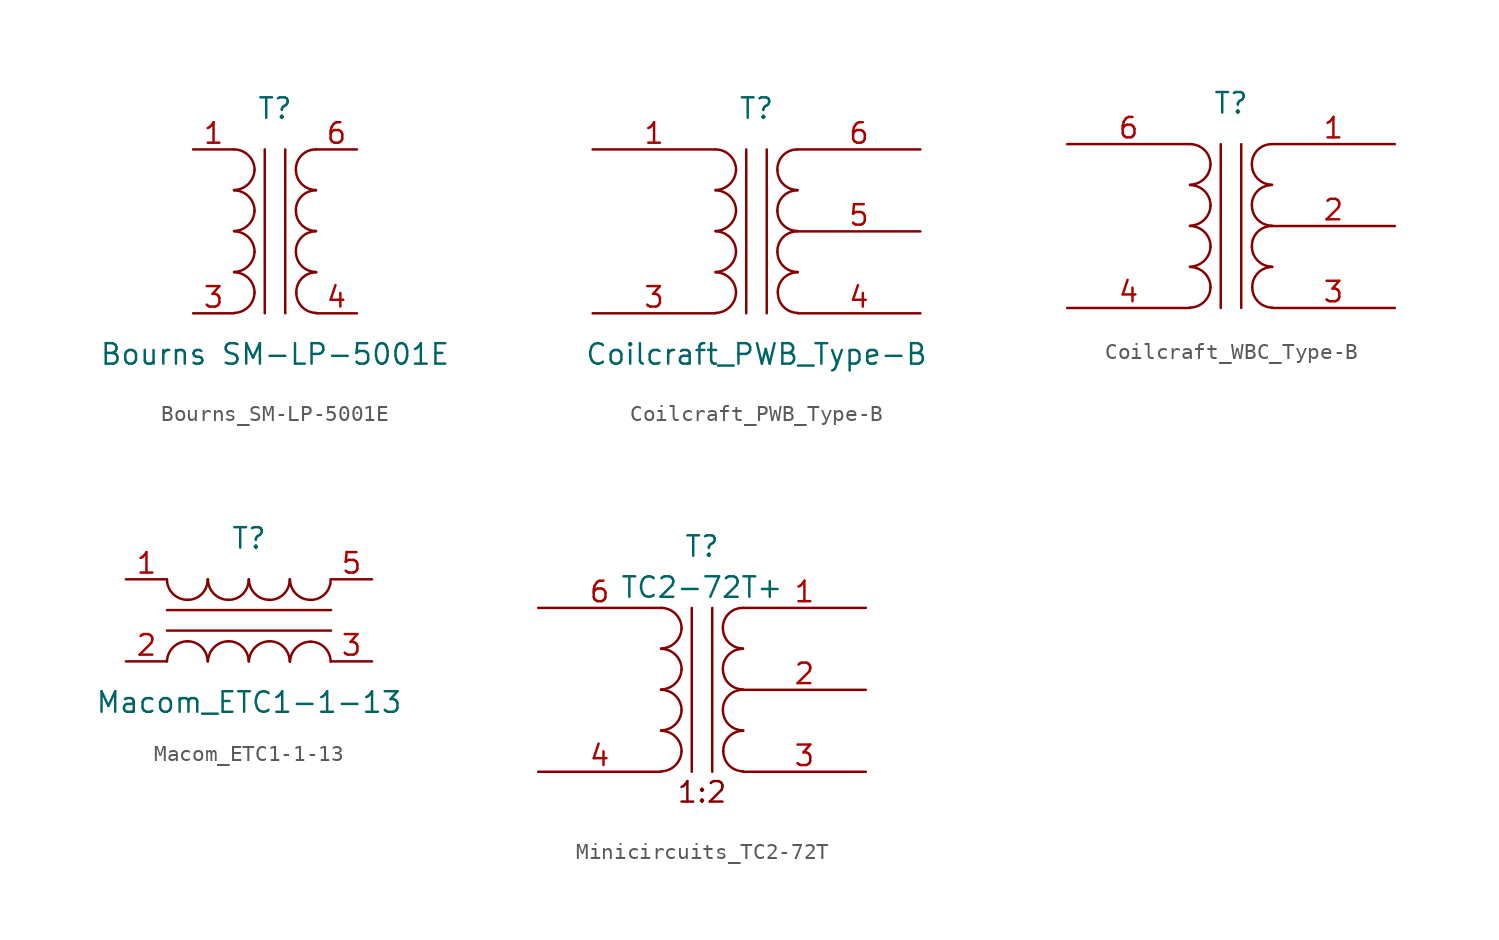
<source format=kicad_sym>
(kicad_symbol_lib
  (version 20220914)
  (generator kicad_symbol_editor)
  (symbol "Bourns_SM-LP-5001E"
    (property "Reference" "T"
      (at 0 7.62 0)
      (effects (font (size 1.27 1.27))))
    (property "Value" "Bourns SM-LP-5001E"
      (at 0 -7.62 0)
      (effects (font (size 1.27 1.27))))
    (symbol "Bourns_SM-LP-5001E_1_1"
      (arc (start -2.54 -5.0546) (mid -1.6599 -4.6901) (end -1.27 -3.81) (stroke (width 0) (type default)) (fill (type none)))
      (arc (start -2.54 -2.5146) (mid -1.6599 -2.1501) (end -1.27 -1.27) (stroke (width 0) (type default)) (fill (type none)))
      (arc (start -2.54 0.0254) (mid -1.6599 0.3899) (end -1.27 1.27) (stroke (width 0) (type default)) (fill (type none)))
      (arc (start -2.54 2.5654) (mid -1.6599 2.9299) (end -1.27 3.81) (stroke (width 0) (type default)) (fill (type none)))
      (arc (start -1.27 -3.81) (mid -1.642 -2.912) (end -2.54 -2.54) (stroke (width 0) (type default)) (fill (type none)))
      (arc (start -1.27 -1.27) (mid -1.642 -0.372) (end -2.54 0) (stroke (width 0) (type default)) (fill (type none)))
      (arc (start -1.27 1.27) (mid -1.642 2.168) (end -2.54 2.54) (stroke (width 0) (type default)) (fill (type none)))
      (arc (start -1.27 3.81) (mid -1.642 4.708) (end -2.54 5.08) (stroke (width 0) (type default)) (fill (type none)))
      (polyline (pts (xy -0.635 5.08) (xy -0.635 -5.08)) (stroke (width 0) (type default)) (fill (type none)))
      (polyline (pts (xy 0.635 -5.08) (xy 0.635 5.08)) (stroke (width 0) (type default)) (fill (type none)))
      (arc (start 1.2954 -1.27) (mid 1.6599 -2.1501) (end 2.54 -2.5146) (stroke (width 0) (type default)) (fill (type none)))
      (arc (start 1.2954 1.27) (mid 1.6599 0.3899) (end 2.54 0.0254) (stroke (width 0) (type default)) (fill (type none)))
      (arc (start 1.2954 3.81) (mid 1.6599 2.9299) (end 2.54 2.5654) (stroke (width 0) (type default)) (fill (type none)))
      (arc (start 1.3208 -3.81) (mid 1.6853 -4.6901) (end 2.5654 -5.0546) (stroke (width 0) (type default)) (fill (type none)))
      (arc (start 2.54 0) (mid 1.642 -0.372) (end 1.2954 -1.27) (stroke (width 0) (type default)) (fill (type none)))
      (arc (start 2.54 2.54) (mid 1.642 2.168) (end 1.2954 1.27) (stroke (width 0) (type default)) (fill (type none)))
      (arc (start 2.54 5.08) (mid 1.642 4.708) (end 1.2954 3.81) (stroke (width 0) (type default)) (fill (type none)))
      (arc (start 2.5654 -2.54) (mid 1.6674 -2.912) (end 1.3208 -3.81) (stroke (width 0) (type default)) (fill (type none)))
      (pin passive line (at -5.08 5.08 0) (length 2.54) (name "~" (effects (font (size 1.27 1.27)))) (number "1" (effects (font (size 1.27 1.27)))))
      (pin passive line (at -5.08 -5.08 0) (length 2.54) (name "~" (effects (font (size 1.27 1.27)))) (number "3" (effects (font (size 1.27 1.27)))))
      (pin passive line (at 5.08 -5.08 180) (length 2.54) (name "~" (effects (font (size 1.27 1.27)))) (number "4" (effects (font (size 1.27 1.27)))))
      (pin passive line (at 5.08 5.08 180) (length 2.54) (name "~" (effects (font (size 1.27 1.27)))) (number "6" (effects (font (size 1.27 1.27)))))))
  (symbol "Coilcraft_PWB_Type-B"
    (pin_names
      (offset 1.016))
    (property "Reference" "T"
      (at 0 7.62 0)
      (effects (font (size 1.27 1.27))))
    (property "Value" "Coilcraft_PWB_Type-B"
      (at 0 -7.62 0)
      (effects (font (size 1.27 1.27))))
    (symbol "Coilcraft_PWB_Type-B_1_1"
      (arc (start -2.54 -5.0546) (mid -1.6599 -4.6901) (end -1.27 -3.81) (stroke (width 0) (type default)) (fill (type none)))
      (arc (start -2.54 -2.5146) (mid -1.6599 -2.1501) (end -1.27 -1.27) (stroke (width 0) (type default)) (fill (type none)))
      (arc (start -2.54 0.0254) (mid -1.6599 0.3899) (end -1.27 1.27) (stroke (width 0) (type default)) (fill (type none)))
      (arc (start -2.54 2.5654) (mid -1.6599 2.9299) (end -1.27 3.81) (stroke (width 0) (type default)) (fill (type none)))
      (arc (start -1.27 -3.81) (mid -1.642 -2.912) (end -2.54 -2.54) (stroke (width 0) (type default)) (fill (type none)))
      (arc (start -1.27 -1.27) (mid -1.642 -0.372) (end -2.54 0) (stroke (width 0) (type default)) (fill (type none)))
      (arc (start -1.27 1.27) (mid -1.642 2.168) (end -2.54 2.54) (stroke (width 0) (type default)) (fill (type none)))
      (arc (start -1.27 3.81) (mid -1.642 4.708) (end -2.54 5.08) (stroke (width 0) (type default)) (fill (type none)))
      (polyline (pts (xy -0.635 5.08) (xy -0.635 -5.08)) (stroke (width 0) (type default)) (fill (type none)))
      (polyline (pts (xy 0.635 -5.08) (xy 0.635 5.08)) (stroke (width 0) (type default)) (fill (type none)))
      (arc (start 1.2954 -1.27) (mid 1.6599 -2.1501) (end 2.54 -2.5146) (stroke (width 0) (type default)) (fill (type none)))
      (arc (start 1.2954 1.27) (mid 1.6599 0.3899) (end 2.54 0.0254) (stroke (width 0) (type default)) (fill (type none)))
      (arc (start 1.2954 3.81) (mid 1.6599 2.9299) (end 2.54 2.5654) (stroke (width 0) (type default)) (fill (type none)))
      (arc (start 1.3208 -3.81) (mid 1.6853 -4.6901) (end 2.5654 -5.0546) (stroke (width 0) (type default)) (fill (type none)))
      (arc (start 2.54 0) (mid 1.642 -0.372) (end 1.2954 -1.27) (stroke (width 0) (type default)) (fill (type none)))
      (arc (start 2.54 2.54) (mid 1.642 2.168) (end 1.2954 1.27) (stroke (width 0) (type default)) (fill (type none)))
      (arc (start 2.54 5.08) (mid 1.642 4.708) (end 1.2954 3.81) (stroke (width 0) (type default)) (fill (type none)))
      (arc (start 2.5654 -2.54) (mid 1.6674 -2.912) (end 1.3208 -3.81) (stroke (width 0) (type default)) (fill (type none)))
      (pin passive line (at -10.16 5.08 0) (length 7.62) (name "~" (effects (font (size 1.27 1.27)))) (number "1" (effects (font (size 1.27 1.27)))))
      (pin passive line (at -10.16 -5.08 0) (length 7.62) (name "~" (effects (font (size 1.27 1.27)))) (number "3" (effects (font (size 1.27 1.27)))))
      (pin passive line (at 10.16 -5.08 180) (length 7.62) (name "~" (effects (font (size 1.27 1.27)))) (number "4" (effects (font (size 1.27 1.27)))))
      (pin passive line (at 10.16 0 180) (length 7.62) (name "~" (effects (font (size 1.27 1.27)))) (number "5" (effects (font (size 1.27 1.27)))))
      (pin passive line (at 10.16 5.08 180) (length 7.62) (name "~" (effects (font (size 1.27 1.27)))) (number "6" (effects (font (size 1.27 1.27)))))))
  (symbol "Coilcraft_WBC_Type-B"
    (property "Reference" "T"
      (at 0 7.62 0)
      (effects (font (size 1.27 1.27))))
    (property "Value" ""
      (at 0 0 0)
      (effects (font (size 1.27 1.27))))
    (symbol "Coilcraft_WBC_Type-B_1_1"
      (arc (start -2.54 -5.0546) (mid -1.6599 -4.6901) (end -1.27 -3.81) (stroke (width 0) (type default)) (fill (type none)))
      (arc (start -2.54 -2.5146) (mid -1.6599 -2.1501) (end -1.27 -1.27) (stroke (width 0) (type default)) (fill (type none)))
      (arc (start -2.54 0.0254) (mid -1.6599 0.3899) (end -1.27 1.27) (stroke (width 0) (type default)) (fill (type none)))
      (arc (start -2.54 2.5654) (mid -1.6599 2.9299) (end -1.27 3.81) (stroke (width 0) (type default)) (fill (type none)))
      (arc (start -1.27 -3.81) (mid -1.642 -2.912) (end -2.54 -2.54) (stroke (width 0) (type default)) (fill (type none)))
      (arc (start -1.27 -1.27) (mid -1.642 -0.372) (end -2.54 0) (stroke (width 0) (type default)) (fill (type none)))
      (arc (start -1.27 1.27) (mid -1.642 2.168) (end -2.54 2.54) (stroke (width 0) (type default)) (fill (type none)))
      (arc (start -1.27 3.81) (mid -1.642 4.708) (end -2.54 5.08) (stroke (width 0) (type default)) (fill (type none)))
      (polyline (pts (xy -0.635 5.08) (xy -0.635 -5.08)) (stroke (width 0) (type default)) (fill (type none)))
      (polyline (pts (xy 0.635 -5.08) (xy 0.635 5.08)) (stroke (width 0) (type default)) (fill (type none)))
      (arc (start 1.2954 -1.27) (mid 1.6599 -2.1501) (end 2.54 -2.5146) (stroke (width 0) (type default)) (fill (type none)))
      (arc (start 1.2954 1.27) (mid 1.6599 0.3899) (end 2.54 0.0254) (stroke (width 0) (type default)) (fill (type none)))
      (arc (start 1.2954 3.81) (mid 1.6599 2.9299) (end 2.54 2.5654) (stroke (width 0) (type default)) (fill (type none)))
      (arc (start 1.3208 -3.81) (mid 1.6853 -4.6901) (end 2.5654 -5.0546) (stroke (width 0) (type default)) (fill (type none)))
      (arc (start 2.54 0) (mid 1.642 -0.372) (end 1.2954 -1.27) (stroke (width 0) (type default)) (fill (type none)))
      (arc (start 2.54 2.54) (mid 1.642 2.168) (end 1.2954 1.27) (stroke (width 0) (type default)) (fill (type none)))
      (arc (start 2.54 5.08) (mid 1.642 4.708) (end 1.2954 3.81) (stroke (width 0) (type default)) (fill (type none)))
      (arc (start 2.5654 -2.54) (mid 1.6674 -2.912) (end 1.3208 -3.81) (stroke (width 0) (type default)) (fill (type none)))
      (pin passive line (at 10.16 5.08 180) (length 7.62) (name "~" (effects (font (size 1.27 1.27)))) (number "1" (effects (font (size 1.27 1.27)))))
      (pin passive line (at 10.16 0 180) (length 7.62) (name "~" (effects (font (size 1.27 1.27)))) (number "2" (effects (font (size 1.27 1.27)))))
      (pin passive line (at 10.16 -5.08 180) (length 7.62) (name "~" (effects (font (size 1.27 1.27)))) (number "3" (effects (font (size 1.27 1.27)))))
      (pin passive line (at -10.16 -5.08 0) (length 7.62) (name "~" (effects (font (size 1.27 1.27)))) (number "4" (effects (font (size 1.27 1.27)))))
      (pin passive line (at -10.16 5.08 0) (length 7.62) (name "~" (effects (font (size 1.27 1.27)))) (number "6" (effects (font (size 1.27 1.27)))))))
  (symbol "Macom_ETC1-1-13"
    (pin_names
      (offset 1.016))
    (property "Reference" "T"
      (at 0 0 0)
      (effects (font (size 1.27 1.27))))
    (property "Value" "Macom_ETC1-1-13"
      (at 0 -10.16 0)
      (effects (font (size 1.27 1.27))))
    (symbol "Macom_ETC1-1-13_1_1"
      (arc (start -5.08 -2.54) (mid -4.708 -3.438) (end -3.81 -3.81) (stroke (width 0) (type default)) (fill (type none)))
      (arc (start -3.81 -6.3754) (mid -4.6901 -6.7399) (end -5.08 -7.62) (stroke (width 0) (type default)) (fill (type none)))
      (arc (start -3.81 -3.81) (mid -2.912 -3.438) (end -2.5654 -2.54) (stroke (width 0) (type default)) (fill (type none)))
      (arc (start -2.5654 -7.62) (mid -2.9299 -6.7399) (end -3.81 -6.3754) (stroke (width 0) (type default)) (fill (type none)))
      (arc (start -2.54 -2.54) (mid -2.168 -3.438) (end -1.27 -3.81) (stroke (width 0) (type default)) (fill (type none)))
      (arc (start -1.27 -6.3754) (mid -2.1501 -6.7399) (end -2.54 -7.62) (stroke (width 0) (type default)) (fill (type none)))
      (arc (start -1.27 -3.81) (mid -0.372 -3.438) (end -0.0254 -2.54) (stroke (width 0) (type default)) (fill (type none)))
      (arc (start -0.0254 -7.62) (mid -0.3899 -6.7399) (end -1.27 -6.3754) (stroke (width 0) (type default)) (fill (type none)))
      (arc (start 0 -2.54) (mid 0.372 -3.438) (end 1.27 -3.81) (stroke (width 0) (type default)) (fill (type none)))
      (polyline (pts (xy -5.08 -4.445) (xy 5.08 -4.445)) (stroke (width 0) (type default)) (fill (type none)))
      (polyline (pts (xy 5.08 -5.715) (xy -5.08 -5.715)) (stroke (width 0) (type default)) (fill (type none)))
      (arc (start 1.27 -6.3754) (mid 0.3899 -6.7399) (end 0 -7.62) (stroke (width 0) (type default)) (fill (type none)))
      (arc (start 1.27 -3.81) (mid 2.168 -3.438) (end 2.5146 -2.54) (stroke (width 0) (type default)) (fill (type none)))
      (arc (start 2.5146 -7.62) (mid 2.1501 -6.7399) (end 1.27 -6.3754) (stroke (width 0) (type default)) (fill (type none)))
      (arc (start 2.54 -2.54) (mid 2.912 -3.438) (end 3.81 -3.81) (stroke (width 0) (type default)) (fill (type none)))
      (arc (start 3.81 -6.4008) (mid 2.9299 -6.7653) (end 2.54 -7.6454) (stroke (width 0) (type default)) (fill (type none)))
      (arc (start 3.81 -3.81) (mid 4.708 -3.438) (end 5.0546 -2.54) (stroke (width 0) (type default)) (fill (type none)))
      (arc (start 5.0546 -7.6454) (mid 4.6901 -6.7653) (end 3.81 -6.4008) (stroke (width 0) (type default)) (fill (type none)))
      (pin passive line (at -7.62 -2.54 0) (length 2.54) (name "~" (effects (font (size 1.27 1.27)))) (number "1" (effects (font (size 1.27 1.27)))))
      (pin passive line (at -7.62 -7.62 0) (length 2.54) (name "~" (effects (font (size 1.27 1.27)))) (number "2" (effects (font (size 1.27 1.27)))))
      (pin passive line (at 7.62 -7.62 180) (length 2.54) (name "~" (effects (font (size 1.27 1.27)))) (number "3" (effects (font (size 1.27 1.27)))))
      (pin passive line (at 7.62 -2.54 180) (length 2.54) (name "~" (effects (font (size 1.27 1.27)))) (number "5" (effects (font (size 1.27 1.27)))))))
  (symbol "Minicircuits_TC2-72T"
    (property "Reference" "T"
      (at 0 8.89 0)
      (do_not_autoplace)
      (effects (font (size 1.27 1.27))))
    (property "Value" "TC2-72T+"
      (at 0 6.35 0)
      (do_not_autoplace)
      (effects (font (size 1.27 1.27))))
    (symbol "Minicircuits_TC2-72T_1_1"
      (arc (start -2.54 -5.0546) (mid -1.6599 -4.6901) (end -1.27 -3.81) (stroke (width 0) (type default)) (fill (type none)))
      (arc (start -2.54 -2.5146) (mid -1.6599 -2.1501) (end -1.27 -1.27) (stroke (width 0) (type default)) (fill (type none)))
      (arc (start -2.54 0.0254) (mid -1.6599 0.3899) (end -1.27 1.27) (stroke (width 0) (type default)) (fill (type none)))
      (arc (start -2.54 2.5654) (mid -1.6599 2.9299) (end -1.27 3.81) (stroke (width 0) (type default)) (fill (type none)))
      (arc (start -1.27 -3.81) (mid -1.642 -2.912) (end -2.54 -2.54) (stroke (width 0) (type default)) (fill (type none)))
      (arc (start -1.27 -1.27) (mid -1.642 -0.372) (end -2.54 0) (stroke (width 0) (type default)) (fill (type none)))
      (arc (start -1.27 1.27) (mid -1.642 2.168) (end -2.54 2.54) (stroke (width 0) (type default)) (fill (type none)))
      (arc (start -1.27 3.81) (mid -1.642 4.708) (end -2.54 5.08) (stroke (width 0) (type default)) (fill (type none)))
      (polyline (pts (xy -0.635 5.08) (xy -0.635 -5.08)) (stroke (width 0) (type default)) (fill (type none)))
      (polyline (pts (xy 0.635 -5.08) (xy 0.635 5.08)) (stroke (width 0) (type default)) (fill (type none)))
      (arc (start 1.2954 -1.27) (mid 1.6599 -2.1501) (end 2.54 -2.5146) (stroke (width 0) (type default)) (fill (type none)))
      (arc (start 1.2954 1.27) (mid 1.6599 0.3899) (end 2.54 0.0254) (stroke (width 0) (type default)) (fill (type none)))
      (arc (start 1.2954 3.81) (mid 1.6599 2.9299) (end 2.54 2.5654) (stroke (width 0) (type default)) (fill (type none)))
      (arc (start 1.3208 -3.81) (mid 1.6853 -4.6901) (end 2.5654 -5.0546) (stroke (width 0) (type default)) (fill (type none)))
      (arc (start 2.54 0) (mid 1.642 -0.372) (end 1.2954 -1.27) (stroke (width 0) (type default)) (fill (type none)))
      (arc (start 2.54 2.54) (mid 1.642 2.168) (end 1.2954 1.27) (stroke (width 0) (type default)) (fill (type none)))
      (arc (start 2.54 5.08) (mid 1.642 4.708) (end 1.2954 3.81) (stroke (width 0) (type default)) (fill (type none)))
      (arc (start 2.5654 -2.54) (mid 1.6674 -2.912) (end 1.3208 -3.81) (stroke (width 0) (type default)) (fill (type none)))
      (text "1:2" (at 0 -6.35 0) (effects (font (size 1.27 1.27))))
      (pin passive line (at 10.16 5.08 180) (length 7.62) (name "~" (effects (font (size 1.27 1.27)))) (number "1" (effects (font (size 1.27 1.27)))))
      (pin passive line (at 10.16 0 180) (length 7.62) (name "~" (effects (font (size 1.27 1.27)))) (number "2" (effects (font (size 1.27 1.27)))))
      (pin passive line (at 10.16 -5.08 180) (length 7.62) (name "~" (effects (font (size 1.27 1.27)))) (number "3" (effects (font (size 1.27 1.27)))))
      (pin passive line (at -10.16 -5.08 0) (length 7.62) (name "~" (effects (font (size 1.27 1.27)))) (number "4" (effects (font (size 1.27 1.27)))))
      (pin passive line (at -10.16 5.08 0) (length 7.62) (name "~" (effects (font (size 1.27 1.27)))) (number "6" (effects (font (size 1.27 1.27))))))))
</source>
